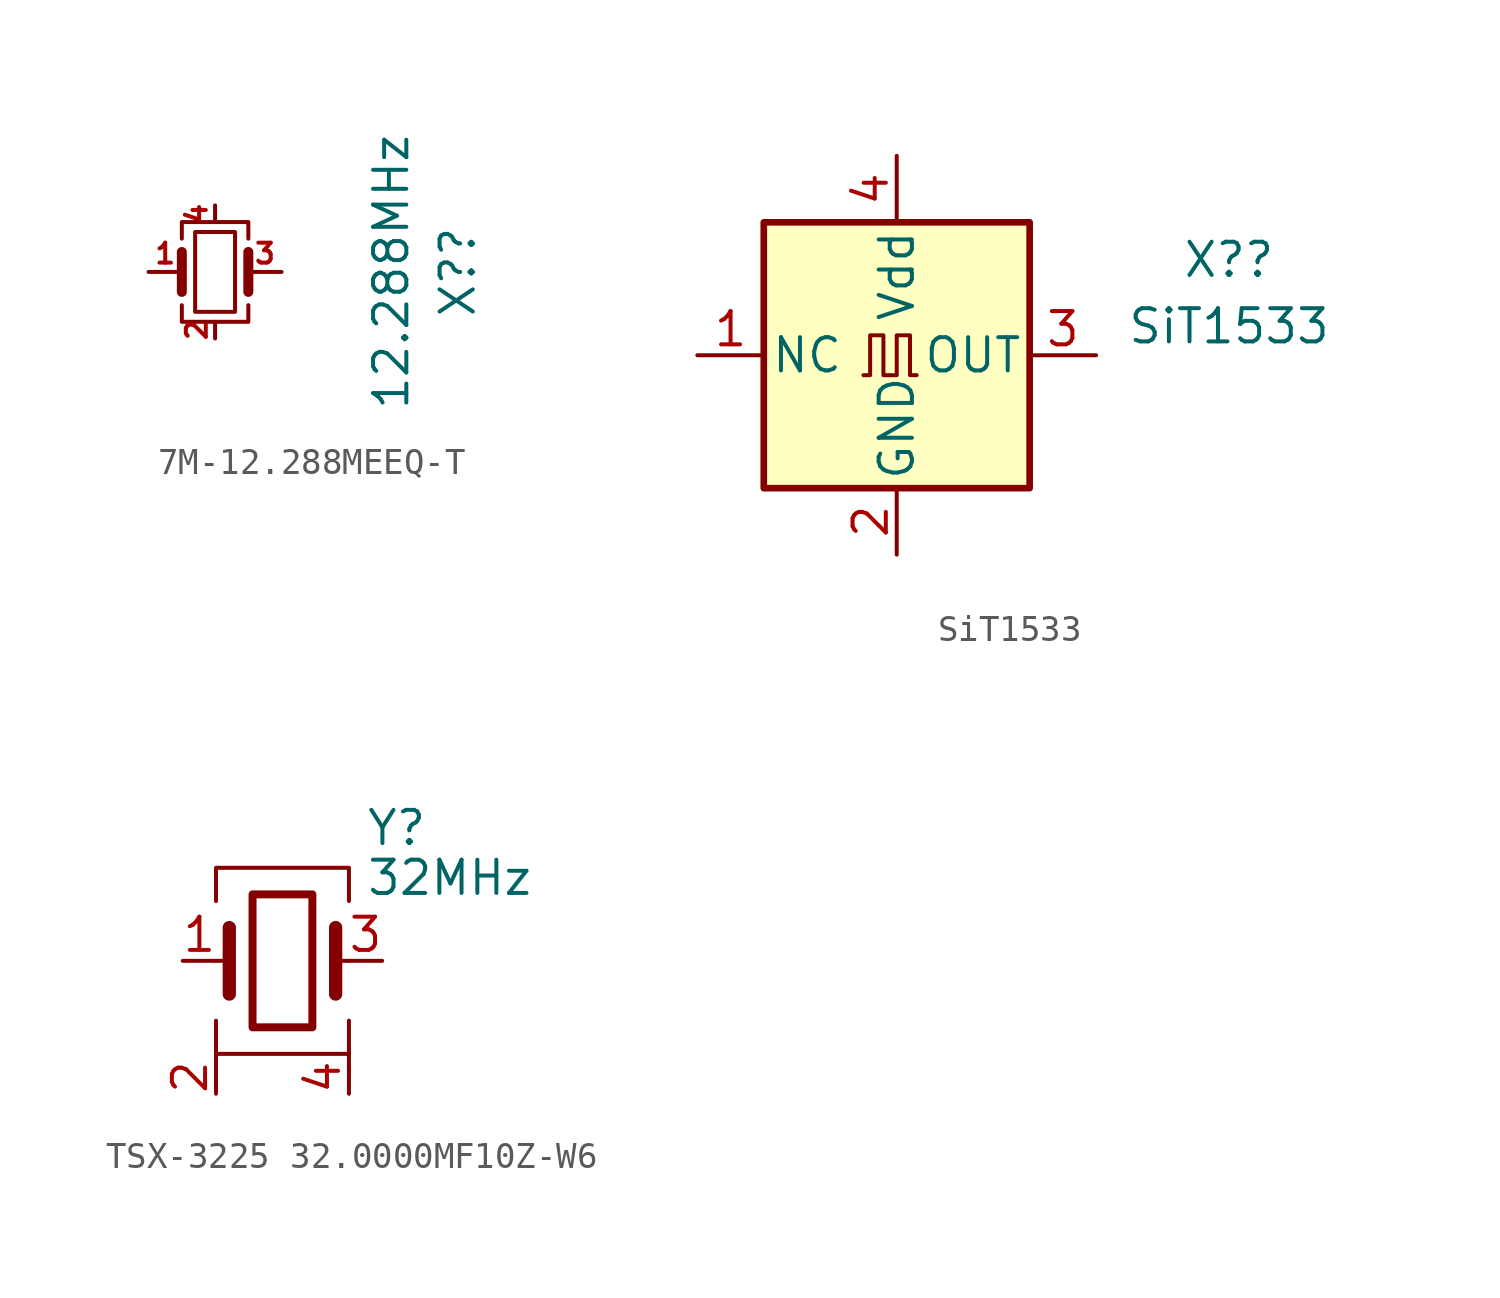
<source format=kicad_sym>
(kicad_symbol_lib
  (version 20220914)
  (generator kicad_symbol_editor)
  (symbol "7M-12.288MEEQ-T"
    (pin_names
      (offset 1.016) hide)
    (property "Reference" "X?"
      (at 9.264 0 90)
      (effects (font (size 1.27 1.27))))
    (property "Value" "12.288MHz"
      (at 6.724 0 90)
      (effects (font (size 1.27 1.27))))
    (symbol "7M-12.288MEEQ-T_0_1"
      (rectangle (start -0.762 -1.524) (end 0.762 1.524) (stroke (width 0) (type default)) (fill (type none)))
      (polyline (pts (xy -1.27 -0.762) (xy -1.27 0.762)) (stroke (width 0.381) (type default)) (fill (type none)))
      (polyline (pts (xy 1.27 -0.762) (xy 1.27 0.762)) (stroke (width 0.381) (type default)) (fill (type none)))
      (polyline (pts (xy -1.27 -1.27) (xy -1.27 -1.905) (xy 1.27 -1.905) (xy 1.27 -1.27)) (stroke (width 0) (type default)) (fill (type none)))
      (polyline (pts (xy -1.27 1.27) (xy -1.27 1.905) (xy 1.27 1.905) (xy 1.27 1.27)) (stroke (width 0) (type default)) (fill (type none))))
    (symbol "7M-12.288MEEQ-T_1_1"
      (pin passive line (at -2.54 0 0) (length 1.27) (name "1" (effects (font (size 1.27 1.27)))) (number "1" (effects (font (size 0.762 0.762)))))
      (pin passive line (at 0 -2.54 90) (length 0.635) (name "2" (effects (font (size 1.27 1.27)))) (number "2" (effects (font (size 0.762 0.762)))))
      (pin passive line (at 2.54 0 180) (length 1.27) (name "3" (effects (font (size 1.27 1.27)))) (number "3" (effects (font (size 0.762 0.762)))))
      (pin passive line (at 0 2.54 270) (length 0.635) (name "4" (effects (font (size 1.27 1.27)))) (number "4" (effects (font (size 0.762 0.762)))))))
  (symbol "SiT1533"
    (pin_names
      (offset 0.254))
    (property "Reference" "X?"
      (at 12.7 3.648 0)
      (effects (font (size 1.27 1.27))))
    (property "Value" "SiT1533"
      (at 12.7 1.108 0)
      (effects (font (size 1.27 1.27))))
    (symbol "SiT1533_0_1"
      (rectangle (start -5.08 5.08) (end 5.08 -5.08) (stroke (width 0.254) (type default)) (fill (type background)))
      (polyline (pts (xy -1.27 -0.762) (xy -1.016 -0.762) (xy -1.016 0.762) (xy -0.508 0.762) (xy -0.508 -0.762) (xy 0 -0.762) (xy 0 0.762) (xy 0.508 0.762) (xy 0.508 -0.762) (xy 0.762 -0.762)) (stroke (width 0) (type default)) (fill (type none))))
    (symbol "SiT1533_1_1"
      (pin passive line (at -7.62 0 0) (length 2.54) (name "NC" (effects (font (size 1.27 1.27)))) (number "1" (effects (font (size 1.27 1.27)))))
      (pin power_in line (at 0 -7.62 90) (length 2.54) (name "GND" (effects (font (size 1.27 1.27)))) (number "2" (effects (font (size 1.27 1.27)))))
      (pin output line (at 7.62 0 180) (length 2.54) (name "OUT" (effects (font (size 1.27 1.27)))) (number "3" (effects (font (size 1.27 1.27)))))
      (pin power_in line (at 0 7.62 270) (length 2.54) (name "Vdd" (effects (font (size 1.27 1.27)))) (number "4" (effects (font (size 1.27 1.27)))))))
  (symbol "TSX-3225 32.0000MF10Z-W6"
    (pin_names
      (offset 1.016) hide)
    (property "Reference" "Y"
      (at 3.175 5.08 0)
      (effects (font (size 1.27 1.27)) (justify left)))
    (property "Value" "32MHz"
      (at 3.175 3.175 0)
      (effects (font (size 1.27 1.27)) (justify left)))
    (symbol "TSX-3225 32.0000MF10Z-W6_0_1"
      (rectangle (start -1.143 2.54) (end 1.143 -2.54) (stroke (width 0.305) (type default)) (fill (type none)))
      (polyline (pts (xy -2.54 -3.81) (xy -2.54 -3.556)) (stroke (width 0) (type default)) (fill (type none)))
      (polyline (pts (xy -2.54 0) (xy -2.032 0)) (stroke (width 0) (type default)) (fill (type none)))
      (polyline (pts (xy -2.032 -1.27) (xy -2.032 1.27)) (stroke (width 0.508) (type default)) (fill (type none)))
      (polyline (pts (xy 2.032 -1.27) (xy 2.032 1.27)) (stroke (width 0.508) (type default)) (fill (type none)))
      (polyline (pts (xy 2.032 0) (xy 2.54 0)) (stroke (width 0) (type default)) (fill (type none)))
      (polyline (pts (xy 2.54 -3.81) (xy 2.54 -3.556)) (stroke (width 0) (type default)) (fill (type none)))
      (polyline (pts (xy -2.54 -2.286) (xy -2.54 -3.556) (xy 2.54 -3.556) (xy 2.54 -2.286)) (stroke (width 0) (type default)) (fill (type none)))
      (polyline (pts (xy -2.54 2.286) (xy -2.54 3.556) (xy 2.54 3.556) (xy 2.54 2.286)) (stroke (width 0) (type default)) (fill (type none))))
    (symbol "TSX-3225 32.0000MF10Z-W6_1_1"
      (pin passive line (at -3.81 0 0) (length 1.27) (name "1" (effects (font (size 1.27 1.27)))) (number "1" (effects (font (size 1.27 1.27)))))
      (pin passive line (at -2.54 -5.08 90) (length 1.27) (name "2" (effects (font (size 1.27 1.27)))) (number "2" (effects (font (size 1.27 1.27)))))
      (pin passive line (at 3.81 0 180) (length 1.27) (name "3" (effects (font (size 1.27 1.27)))) (number "3" (effects (font (size 1.27 1.27)))))
      (pin passive line (at 2.54 -5.08 90) (length 1.27) (name "4" (effects (font (size 1.27 1.27)))) (number "4" (effects (font (size 1.27 1.27))))))))
</source>
